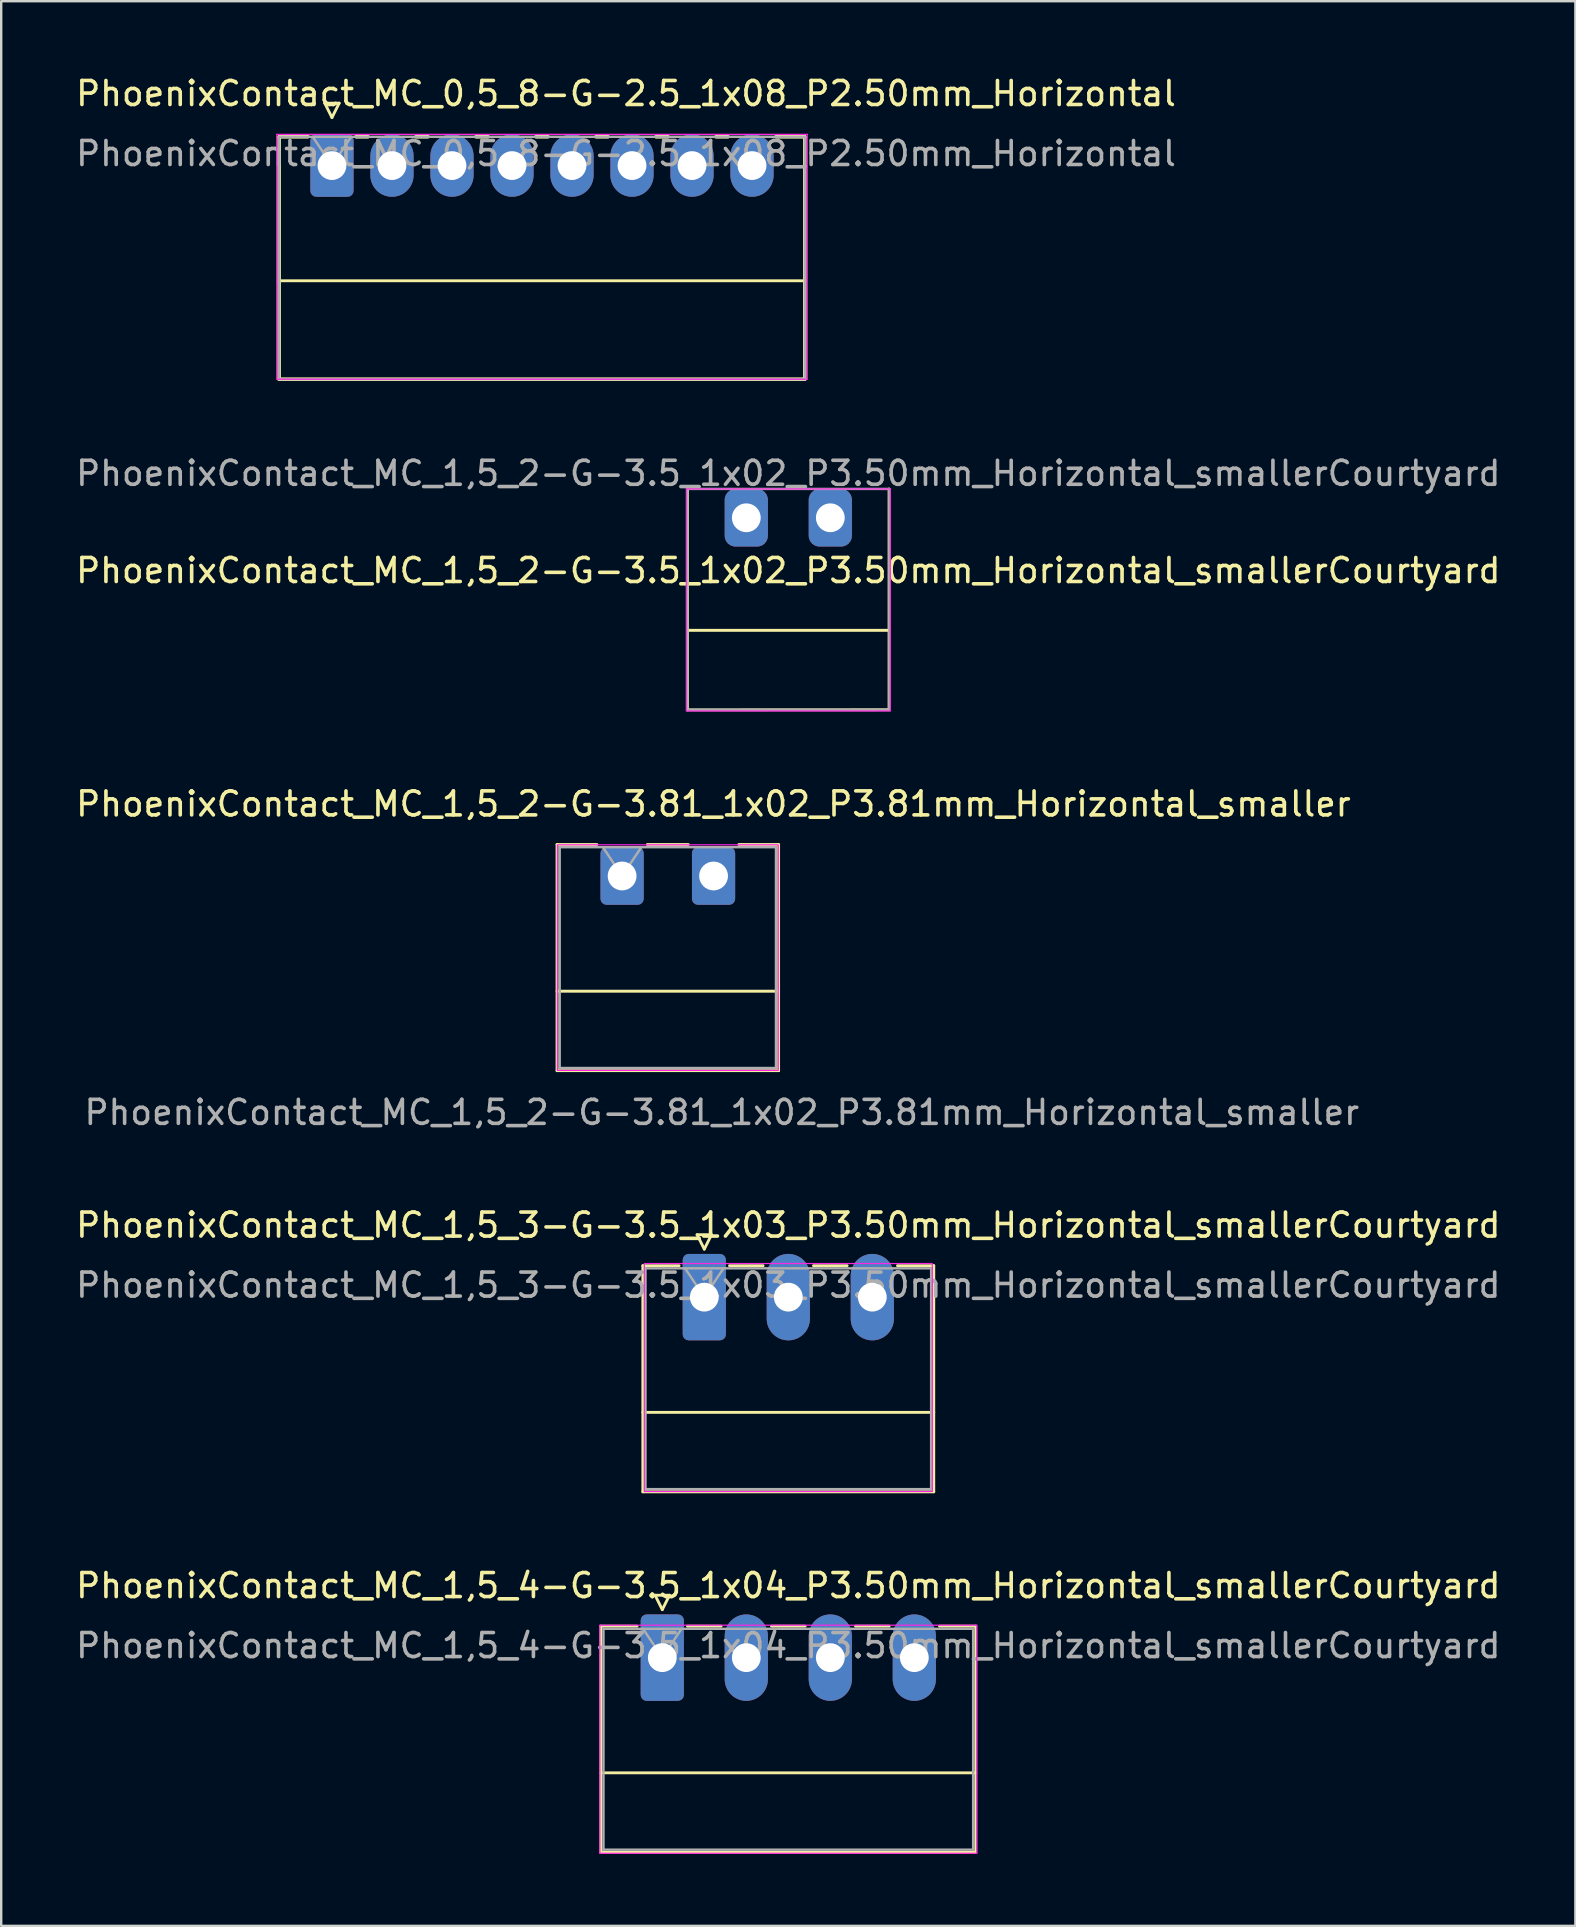
<source format=kicad_pcb>
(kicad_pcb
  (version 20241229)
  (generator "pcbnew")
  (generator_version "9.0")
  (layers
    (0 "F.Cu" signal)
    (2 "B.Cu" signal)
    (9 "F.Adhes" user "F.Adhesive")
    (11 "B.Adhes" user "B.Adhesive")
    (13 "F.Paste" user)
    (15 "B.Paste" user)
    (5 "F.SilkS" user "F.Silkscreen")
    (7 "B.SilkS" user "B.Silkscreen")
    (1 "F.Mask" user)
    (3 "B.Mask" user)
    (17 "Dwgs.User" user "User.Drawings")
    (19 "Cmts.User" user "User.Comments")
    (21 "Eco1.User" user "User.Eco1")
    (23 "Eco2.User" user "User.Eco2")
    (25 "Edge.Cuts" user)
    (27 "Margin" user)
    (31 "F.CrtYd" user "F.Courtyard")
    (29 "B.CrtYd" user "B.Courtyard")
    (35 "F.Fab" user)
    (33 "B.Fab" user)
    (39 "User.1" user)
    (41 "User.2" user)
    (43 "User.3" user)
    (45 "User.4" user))
  (footprint "PhoenixContact_MC_1,5_4-G-3.5_1x04_P3.50mm_Horizontal_smallerCourtyard"
    (layer "F.Cu")
    (at 24.542 66.01)
    (property "Reference" "PhoenixContact_MC_1,5_4-G-3.5_1x04_P3.50mm_Horizontal_smallerCourtyard" (at 5.25 -3 0) (layer "F.SilkS") (effects (font (size 1 1) (thickness 0.15))))
    (attr through_hole)
    (fp_line (start -2.56 -1.31) (end -2.56 8.11) (stroke (width 0.12) (type solid)) (layer "F.SilkS"))
    (fp_line (start -2.56 -1.31) (end -1.05 -1.31) (stroke (width 0.12) (type solid)) (layer "F.SilkS"))
    (fp_line (start -2.56 4.8) (end 13.06 4.8) (stroke (width 0.12) (type solid)) (layer "F.SilkS"))
    (fp_line (start -2.56 8.11) (end 13.06 8.11) (stroke (width 0.12) (type solid)) (layer "F.SilkS"))
    (fp_line (start -0.3 -2.6) (end 0.3 -2.6) (stroke (width 0.12) (type solid)) (layer "F.SilkS"))
    (fp_line (start 0 -2) (end -0.3 -2.6) (stroke (width 0.12) (type solid)) (layer "F.SilkS"))
    (fp_line (start 0.3 -2.6) (end 0 -2) (stroke (width 0.12) (type solid)) (layer "F.SilkS"))
    (fp_line (start 1.05 -1.31) (end 2.45 -1.31) (stroke (width 0.12) (type solid)) (layer "F.SilkS"))
    (fp_line (start 4.55 -1.31) (end 5.95 -1.31) (stroke (width 0.12) (type solid)) (layer "F.SilkS"))
    (fp_line (start 8.05 -1.31) (end 9.45 -1.31) (stroke (width 0.12) (type solid)) (layer "F.SilkS"))
    (fp_line (start 13.06 -1.31) (end 11.55 -1.31) (stroke (width 0.12) (type solid)) (layer "F.SilkS"))
    (fp_line (start 13.06 8.11) (end 13.06 -1.31) (stroke (width 0.12) (type solid)) (layer "F.SilkS"))
    (fp_line (start -2.6 -1.35) (end -2.6 8.15) (stroke (width 0.05) (type solid)) (layer "F.CrtYd"))
    (fp_line (start -2.6 8.15) (end 13.1 8.15) (stroke (width 0.05) (type solid)) (layer "F.CrtYd"))
    (fp_line (start 13.1 -1.35) (end -2.6 -1.35) (stroke (width 0.05) (type solid)) (layer "F.CrtYd"))
    (fp_line (start 13.1 8.15) (end 13.1 -1.35) (stroke (width 0.05) (type solid)) (layer "F.CrtYd"))
    (fp_line (start -2.45 -1.2) (end -2.45 8) (stroke (width 0.1) (type solid)) (layer "F.Fab"))
    (fp_line (start -2.45 8) (end 12.95 8) (stroke (width 0.1) (type solid)) (layer "F.Fab"))
    (fp_line (start 0 0) (end -0.8 -1.2) (stroke (width 0.1) (type solid)) (layer "F.Fab"))
    (fp_line (start 0.8 -1.2) (end 0 0) (stroke (width 0.1) (type solid)) (layer "F.Fab"))
    (fp_line (start 12.95 -1.2) (end -2.45 -1.2) (stroke (width 0.1) (type solid)) (layer "F.Fab"))
    (fp_line (start 12.95 8) (end 12.95 -1.2) (stroke (width 0.1) (type solid)) (layer "F.Fab"))
    (fp_text user "${REFERENCE}" (at 5.25 -0.5 0) (layer "F.Fab") (effects (font (size 1 1) (thickness 0.15))))
    (pad "1" thru_hole roundrect (at 0 0) (size 1.8 3.6) (drill 1.2) (layers "*.Cu" "*.Mask") (roundrect_rratio 0.139))
    (pad "2" thru_hole oval (at 3.5 0) (size 1.8 3.6) (drill 1.2) (layers "*.Cu" "*.Mask"))
    (pad "3" thru_hole oval (at 7 0) (size 1.8 3.6) (drill 1.2) (layers "*.Cu" "*.Mask"))
    (pad "4" thru_hole oval (at 10.5 0) (size 1.8 3.6) (drill 1.2) (layers "*.Cu" "*.Mask")))
  (footprint "PhoenixContact_MC_0,5_8-G-2.5_1x08_P2.50mm_Horizontal"
    (layer "F.Cu")
    (at 10.78 3.848)
    (property "Reference" "PhoenixContact_MC_0,5_8-G-2.5_1x08_P2.50mm_Horizontal" (at 12.25 -3 0) (layer "F.SilkS") (effects (font (size 1 1) (thickness 0.15))))
    (attr through_hole)
    (fp_line (start -2.2 -1.2) (end -2.2 8.9) (stroke (width 0.15) (type solid)) (layer "F.SilkS"))
    (fp_line (start -2.2 -1.2) (end -1 -1.2) (stroke (width 0.15) (type solid)) (layer "F.SilkS"))
    (fp_line (start -2.2 4.8) (end 19.7 4.8) (stroke (width 0.12) (type solid)) (layer "F.SilkS"))
    (fp_line (start -2.2 8.9) (end 19.7 8.9) (stroke (width 0.15) (type solid)) (layer "F.SilkS"))
    (fp_line (start -0.3 -2.6) (end 0.3 -2.6) (stroke (width 0.12) (type solid)) (layer "F.SilkS"))
    (fp_line (start 0 -2) (end -0.3 -2.6) (stroke (width 0.12) (type solid)) (layer "F.SilkS"))
    (fp_line (start 0.3 -2.6) (end 0 -2) (stroke (width 0.12) (type solid)) (layer "F.SilkS"))
    (fp_line (start 1 -1.2) (end 1.5 -1.2) (stroke (width 0.15) (type solid)) (layer "F.SilkS"))
    (fp_line (start 3.5 -1.2) (end 4 -1.2) (stroke (width 0.15) (type solid)) (layer "F.SilkS"))
    (fp_line (start 6 -1.2) (end 6.5 -1.2) (stroke (width 0.15) (type solid)) (layer "F.SilkS"))
    (fp_line (start 8.5 -1.2) (end 9 -1.2) (stroke (width 0.15) (type solid)) (layer "F.SilkS"))
    (fp_line (start 11 -1.2) (end 11.5 -1.2) (stroke (width 0.15) (type solid)) (layer "F.SilkS"))
    (fp_line (start 13.5 -1.2) (end 14 -1.2) (stroke (width 0.15) (type solid)) (layer "F.SilkS"))
    (fp_line (start 16 -1.2) (end 16.5 -1.2) (stroke (width 0.15) (type solid)) (layer "F.SilkS"))
    (fp_line (start 19.7 -1.2) (end 18.5 -1.2) (stroke (width 0.15) (type solid)) (layer "F.SilkS"))
    (fp_line (start 19.7 8.9) (end 19.7 -1.2) (stroke (width 0.15) (type solid)) (layer "F.SilkS"))
    (fp_line (start -2.3 -1.3) (end -2.3 8.9) (stroke (width 0.05) (type solid)) (layer "F.CrtYd"))
    (fp_line (start -2.3 8.9) (end 19.8 8.9) (stroke (width 0.05) (type solid)) (layer "F.CrtYd"))
    (fp_line (start 19.8 -1.3) (end -2.3 -1.3) (stroke (width 0.05) (type solid)) (layer "F.CrtYd"))
    (fp_line (start 19.8 8.9) (end 19.8 -1.3) (stroke (width 0.05) (type solid)) (layer "F.CrtYd"))
    (fp_line (start -2.2 -1.2) (end -2.2 8.9) (stroke (width 0.1) (type solid)) (layer "F.Fab"))
    (fp_line (start -2.2 8.9) (end 19.7 8.9) (stroke (width 0.1) (type solid)) (layer "F.Fab"))
    (fp_line (start 0 0) (end -0.8 -1.2) (stroke (width 0.1) (type solid)) (layer "F.Fab"))
    (fp_line (start 0.8 -1.2) (end 0 0) (stroke (width 0.1) (type solid)) (layer "F.Fab"))
    (fp_line (start 19.7 -1.2) (end -2.2 -1.2) (stroke (width 0.1) (type solid)) (layer "F.Fab"))
    (fp_line (start 19.7 8.9) (end 19.7 -1.2) (stroke (width 0.1) (type solid)) (layer "F.Fab"))
    (fp_text user "${REFERENCE}" (at 12.25 -0.5 0) (layer "F.Fab") (effects (font (size 1 1) (thickness 0.15))))
    (pad "1" thru_hole roundrect (at 0 0) (size 1.8 2.6) (drill 1.2) (layers "*.Cu" "*.Mask") (roundrect_rratio 0.139))
    (pad "2" thru_hole oval (at 2.5 0) (size 1.8 2.6) (drill 1.2) (layers "*.Cu" "*.Mask"))
    (pad "3" thru_hole oval (at 5 0) (size 1.8 2.6) (drill 1.2) (layers "*.Cu" "*.Mask"))
    (pad "4" thru_hole oval (at 7.5 0) (size 1.8 2.6) (drill 1.2) (layers "*.Cu" "*.Mask"))
    (pad "5" thru_hole oval (at 10 0) (size 1.8 2.6) (drill 1.2) (layers "*.Cu" "*.Mask"))
    (pad "6" thru_hole oval (at 12.5 0) (size 1.8 2.6) (drill 1.2) (layers "*.Cu" "*.Mask"))
    (pad "7" thru_hole oval (at 15 0) (size 1.8 2.6) (drill 1.2) (layers "*.Cu" "*.Mask"))
    (pad "8" thru_hole oval (at 17.5 0) (size 1.8 2.6) (drill 1.2) (layers "*.Cu" "*.Mask")))
  (footprint "PhoenixContact_MC_1,5_3-G-3.5_1x03_P3.50mm_Horizontal_smallerCourtyard"
    (layer "F.Cu")
    (at 29.792 50.991)
    (property "Reference" "PhoenixContact_MC_1,5_3-G-3.5_1x03_P3.50mm_Horizontal_smallerCourtyard" (at 0 -3 0) (layer "F.SilkS") (effects (font (size 1 1) (thickness 0.15))))
    (attr through_hole)
    (fp_line (start -6.06 -1.31) (end -6.06 8.11) (stroke (width 0.12) (type solid)) (layer "F.SilkS"))
    (fp_line (start -6.06 -1.31) (end -4.55 -1.31) (stroke (width 0.12) (type solid)) (layer "F.SilkS"))
    (fp_line (start -6.06 4.8) (end 6.06 4.8) (stroke (width 0.12) (type solid)) (layer "F.SilkS"))
    (fp_line (start -6.06 8.11) (end 6.06 8.11) (stroke (width 0.12) (type solid)) (layer "F.SilkS"))
    (fp_line (start -3.8 -2.6) (end -3.2 -2.6) (stroke (width 0.12) (type solid)) (layer "F.SilkS"))
    (fp_line (start -3.5 -2) (end -3.8 -2.6) (stroke (width 0.12) (type solid)) (layer "F.SilkS"))
    (fp_line (start -3.2 -2.6) (end -3.5 -2) (stroke (width 0.12) (type solid)) (layer "F.SilkS"))
    (fp_line (start -2.45 -1.31) (end -1.05 -1.31) (stroke (width 0.12) (type solid)) (layer "F.SilkS"))
    (fp_line (start 1.05 -1.31) (end 2.45 -1.31) (stroke (width 0.12) (type solid)) (layer "F.SilkS"))
    (fp_line (start 6.06 -1.31) (end 4.55 -1.31) (stroke (width 0.12) (type solid)) (layer "F.SilkS"))
    (fp_line (start 6.06 8.11) (end 6.06 -1.31) (stroke (width 0.12) (type solid)) (layer "F.SilkS"))
    (fp_rect (start -6 -1.4) (end 6 8.1) (stroke (width 0.05) (type default)) (fill no) (layer "F.CrtYd"))
    (fp_line (start -5.95 -1.2) (end -5.95 8) (stroke (width 0.1) (type solid)) (layer "F.Fab"))
    (fp_line (start -5.95 8) (end 5.95 8) (stroke (width 0.1) (type solid)) (layer "F.Fab"))
    (fp_line (start -3.5 0) (end -4.3 -1.2) (stroke (width 0.1) (type solid)) (layer "F.Fab"))
    (fp_line (start -2.7 -1.2) (end -3.5 0) (stroke (width 0.1) (type solid)) (layer "F.Fab"))
    (fp_line (start 5.95 -1.2) (end -5.95 -1.2) (stroke (width 0.1) (type solid)) (layer "F.Fab"))
    (fp_line (start 5.95 8) (end 5.95 -1.2) (stroke (width 0.1) (type solid)) (layer "F.Fab"))
    (fp_text user "${REFERENCE}" (at 0 -0.5 0) (layer "F.Fab") (effects (font (size 1 1) (thickness 0.15))))
    (pad "1" thru_hole roundrect (at -3.5 0) (size 1.8 3.6) (drill 1.2) (layers "*.Cu" "*.Mask") (roundrect_rratio 0.139))
    (pad "2" thru_hole oval (at 0 0) (size 1.8 3.6) (drill 1.2) (layers "*.Cu" "*.Mask"))
    (pad "3" thru_hole oval (at 3.5 0) (size 1.8 3.6) (drill 1.2) (layers "*.Cu" "*.Mask")))
  (footprint "PhoenixContact_MC_1,5_2-G-3.81_1x02_P3.81mm_Horizontal_smaller"
    (layer "F.Cu")
    (at 24.773 33.445)
    (property "Reference" "PhoenixContact_MC_1,5_2-G-3.81_1x02_P3.81mm_Horizontal_smaller" (at 1.9 -3 0) (layer "F.SilkS") (effects (font (size 1 1) (thickness 0.15))))
    (attr through_hole)
    (fp_line (start -4.615 -1.31) (end -4.615 8.11) (stroke (width 0.12) (type solid)) (layer "F.SilkS"))
    (fp_line (start -4.615 -1.31) (end -2.955 -1.31) (stroke (width 0.12) (type solid)) (layer "F.SilkS"))
    (fp_line (start -4.615 4.8) (end 4.615 4.8) (stroke (width 0.12) (type solid)) (layer "F.SilkS"))
    (fp_line (start -4.615 8.11) (end 4.615 8.11) (stroke (width 0.12) (type solid)) (layer "F.SilkS"))
    (fp_line (start -0.855 -1.31) (end 0.855 -1.31) (stroke (width 0.12) (type solid)) (layer "F.SilkS"))
    (fp_line (start 4.615 -1.31) (end 2.955 -1.31) (stroke (width 0.12) (type solid)) (layer "F.SilkS"))
    (fp_line (start 4.615 8.11) (end 4.615 -1.31) (stroke (width 0.12) (type solid)) (layer "F.SilkS"))
    (fp_rect (start -4.6 -1.3) (end 4.6 8.1) (stroke (width 0.05) (type default)) (fill no) (layer "F.CrtYd"))
    (fp_line (start -4.505 -1.2) (end -4.505 8) (stroke (width 0.1) (type solid)) (layer "F.Fab"))
    (fp_line (start -4.505 8) (end 4.505 8) (stroke (width 0.1) (type solid)) (layer "F.Fab"))
    (fp_line (start -1.905 0) (end -2.705 -1.2) (stroke (width 0.1) (type solid)) (layer "F.Fab"))
    (fp_line (start -1.105 -1.2) (end -1.905 0) (stroke (width 0.1) (type solid)) (layer "F.Fab"))
    (fp_line (start 4.505 -1.2) (end -4.505 -1.2) (stroke (width 0.1) (type solid)) (layer "F.Fab"))
    (fp_line (start 4.505 8) (end 4.505 -1.2) (stroke (width 0.1) (type solid)) (layer "F.Fab"))
    (fp_text user "${REFERENCE}" (at 2.25 9.85 0) (layer "F.Fab") (effects (font (size 1 1) (thickness 0.15))))
    (pad "1" thru_hole roundrect (at -1.905 0) (size 1.8 2.4) (drill 1.2) (layers "*.Cu" "*.Mask") (roundrect_rratio 0.139))
    (pad "2" thru_hole roundrect (at 1.905 0) (size 1.8 2.4) (drill 1.2) (layers "*.Cu" "*.Mask") (roundrect_rratio 0.139)))
  (footprint "PhoenixContact_MC_1,5_2-G-3.5_1x02_P3.50mm_Horizontal_smallerCourtyard"
    (layer "F.Cu")
    (at 29.792 18.521)
    (property "Reference" "PhoenixContact_MC_1,5_2-G-3.5_1x02_P3.50mm_Horizontal_smallerCourtyard" (at 0 2.2 0) (layer "F.SilkS") (effects (font (size 1 1) (thickness 0.15))))
    (attr through_hole)
    (fp_line (start -4.2 -1.205) (end -4.2 8.005) (stroke (width 0.12) (type solid)) (layer "F.SilkS"))
    (fp_line (start -4.2 4.69) (end 4.2 4.69) (stroke (width 0.12) (type solid)) (layer "F.SilkS"))
    (fp_line (start -4.2 8.005) (end 4.2 8) (stroke (width 0.12) (type solid)) (layer "F.SilkS"))
    (fp_line (start 4.2 8) (end 4.2 -1.2) (stroke (width 0.12) (type solid)) (layer "F.SilkS"))
    (fp_rect (start -4.25 -1.2) (end 4.25 8.05) (stroke (width 0.05) (type default)) (fill no) (layer "F.CrtYd"))
    (fp_rect (start 4.2 8) (end -4.2 -1.2) (stroke (width 0.1) (type default)) (fill no) (layer "F.Fab"))
    (fp_text user "${REFERENCE}" (at 0 -1.85 0) (layer "F.Fab") (effects (font (size 1 1) (thickness 0.15))))
    (pad "1" thru_hole roundrect (at -1.75 0) (size 1.8 2.4) (drill 1.2) (layers "*.Cu" "*.Mask") (roundrect_rratio 0.25))
    (pad "2" thru_hole roundrect (at 1.75 0) (size 1.8 2.4) (drill 1.2) (layers "*.Cu" "*.Mask") (roundrect_rratio 0.25)))
  (gr_rect
    (start -3 -3)
    (end 62.583 77.184)
    (stroke (width 0.1) (type default))
    (fill no)
    (layer "Edge.Cuts")))
</source>
